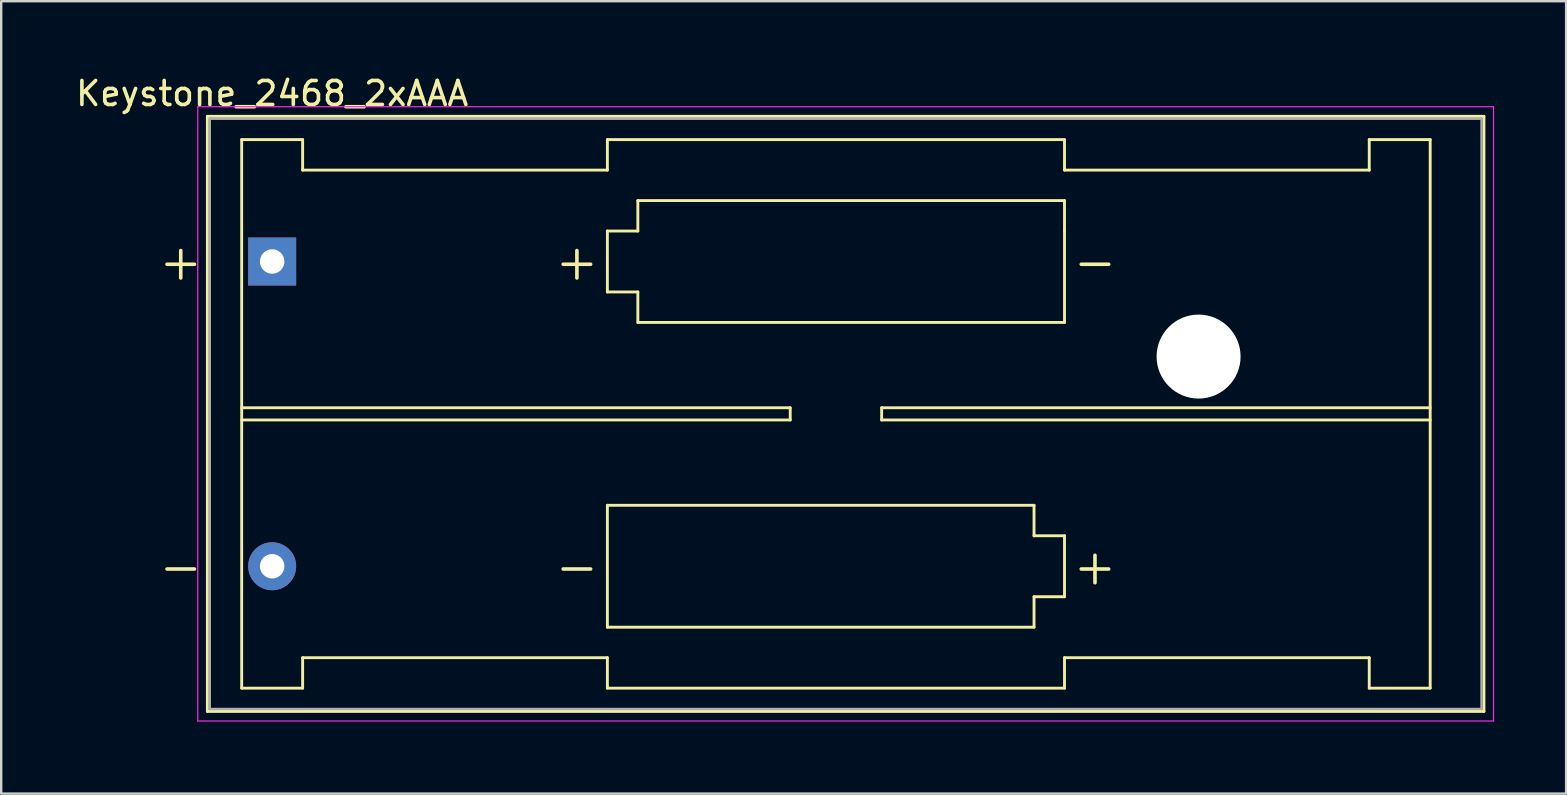
<source format=kicad_pcb>
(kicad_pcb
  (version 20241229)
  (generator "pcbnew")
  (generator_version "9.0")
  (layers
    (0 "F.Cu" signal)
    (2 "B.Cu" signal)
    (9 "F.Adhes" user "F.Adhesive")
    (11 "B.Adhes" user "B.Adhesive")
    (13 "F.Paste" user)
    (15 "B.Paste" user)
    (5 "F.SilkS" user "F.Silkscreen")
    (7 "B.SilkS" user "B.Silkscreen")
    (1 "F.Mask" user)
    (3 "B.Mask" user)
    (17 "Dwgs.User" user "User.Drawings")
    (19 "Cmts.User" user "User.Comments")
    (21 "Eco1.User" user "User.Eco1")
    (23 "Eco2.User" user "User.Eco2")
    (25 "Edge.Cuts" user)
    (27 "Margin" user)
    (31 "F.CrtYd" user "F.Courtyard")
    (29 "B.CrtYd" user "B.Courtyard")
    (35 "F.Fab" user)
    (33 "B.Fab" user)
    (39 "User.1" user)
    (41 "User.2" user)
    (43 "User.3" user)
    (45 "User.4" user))
  (footprint "Keystone_2468_2xAAA"
    (layer "F.Cu")
    (at 8.292 7.848)
    (property "Reference" "Keystone_2468_2xAAA" (at 0 -7 180) (layer "F.SilkS") (effects (font (size 1 1) (thickness 0.15))))
    (attr through_hole)
    (fp_line (start -2.7 -6.05) (end -2.7 18.75) (stroke (width 0.12) (type solid)) (layer "F.SilkS"))
    (fp_line (start -2.7 18.75) (end 50.5 18.75) (stroke (width 0.12) (type solid)) (layer "F.SilkS"))
    (fp_line (start -1.27 -5.08) (end -1.27 17.78) (stroke (width 0.12) (type solid)) (layer "F.SilkS"))
    (fp_line (start -1.27 6.096) (end 21.59 6.096) (stroke (width 0.12) (type solid)) (layer "F.SilkS"))
    (fp_line (start -1.27 17.78) (end 1.27 17.78) (stroke (width 0.12) (type solid)) (layer "F.SilkS"))
    (fp_line (start 1.27 -5.08) (end -1.27 -5.08) (stroke (width 0.12) (type solid)) (layer "F.SilkS"))
    (fp_line (start 1.27 -3.81) (end 1.27 -5.08) (stroke (width 0.12) (type solid)) (layer "F.SilkS"))
    (fp_line (start 1.27 -3.81) (end 13.97 -3.81) (stroke (width 0.12) (type solid)) (layer "F.SilkS"))
    (fp_line (start 1.27 16.51) (end 13.97 16.51) (stroke (width 0.12) (type solid)) (layer "F.SilkS"))
    (fp_line (start 1.27 17.78) (end 1.27 16.51) (stroke (width 0.12) (type solid)) (layer "F.SilkS"))
    (fp_line (start 13.97 -5.08) (end 13.97 -3.81) (stroke (width 0.12) (type solid)) (layer "F.SilkS"))
    (fp_line (start 13.97 -1.27) (end 15.24 -1.27) (stroke (width 0.12) (type solid)) (layer "F.SilkS"))
    (fp_line (start 13.97 1.27) (end 13.97 -1.27) (stroke (width 0.12) (type solid)) (layer "F.SilkS"))
    (fp_line (start 13.97 10.16) (end 31.75 10.16) (stroke (width 0.12) (type solid)) (layer "F.SilkS"))
    (fp_line (start 13.97 15.24) (end 13.97 10.16) (stroke (width 0.12) (type solid)) (layer "F.SilkS"))
    (fp_line (start 13.97 16.51) (end 13.97 17.78) (stroke (width 0.12) (type solid)) (layer "F.SilkS"))
    (fp_line (start 13.97 17.78) (end 33.02 17.78) (stroke (width 0.12) (type solid)) (layer "F.SilkS"))
    (fp_line (start 15.24 -2.54) (end 33.02 -2.54) (stroke (width 0.12) (type solid)) (layer "F.SilkS"))
    (fp_line (start 15.24 -1.27) (end 15.24 -2.54) (stroke (width 0.12) (type solid)) (layer "F.SilkS"))
    (fp_line (start 15.24 1.27) (end 13.97 1.27) (stroke (width 0.12) (type solid)) (layer "F.SilkS"))
    (fp_line (start 15.24 2.54) (end 15.24 1.27) (stroke (width 0.12) (type solid)) (layer "F.SilkS"))
    (fp_line (start 21.59 6.096) (end 21.59 6.604) (stroke (width 0.12) (type solid)) (layer "F.SilkS"))
    (fp_line (start 21.59 6.604) (end -1.27 6.604) (stroke (width 0.12) (type solid)) (layer "F.SilkS"))
    (fp_line (start 25.4 6.096) (end 25.4 6.604) (stroke (width 0.12) (type solid)) (layer "F.SilkS"))
    (fp_line (start 25.4 6.604) (end 48.26 6.604) (stroke (width 0.12) (type solid)) (layer "F.SilkS"))
    (fp_line (start 31.75 10.16) (end 31.75 11.43) (stroke (width 0.12) (type solid)) (layer "F.SilkS"))
    (fp_line (start 31.75 11.43) (end 33.02 11.43) (stroke (width 0.12) (type solid)) (layer "F.SilkS"))
    (fp_line (start 31.75 13.97) (end 31.75 15.24) (stroke (width 0.12) (type solid)) (layer "F.SilkS"))
    (fp_line (start 31.75 15.24) (end 13.97 15.24) (stroke (width 0.12) (type solid)) (layer "F.SilkS"))
    (fp_line (start 33.02 -5.08) (end 13.97 -5.08) (stroke (width 0.12) (type solid)) (layer "F.SilkS"))
    (fp_line (start 33.02 -3.81) (end 33.02 -5.08) (stroke (width 0.12) (type solid)) (layer "F.SilkS"))
    (fp_line (start 33.02 -2.54) (end 33.02 -1.27) (stroke (width 0.12) (type solid)) (layer "F.SilkS"))
    (fp_line (start 33.02 -1.27) (end 33.02 2.54) (stroke (width 0.12) (type solid)) (layer "F.SilkS"))
    (fp_line (start 33.02 2.54) (end 15.24 2.54) (stroke (width 0.12) (type solid)) (layer "F.SilkS"))
    (fp_line (start 33.02 11.43) (end 33.02 13.97) (stroke (width 0.12) (type solid)) (layer "F.SilkS"))
    (fp_line (start 33.02 13.97) (end 31.75 13.97) (stroke (width 0.12) (type solid)) (layer "F.SilkS"))
    (fp_line (start 33.02 17.78) (end 33.02 16.51) (stroke (width 0.12) (type solid)) (layer "F.SilkS"))
    (fp_line (start 45.72 -5.08) (end 45.72 -3.81) (stroke (width 0.12) (type solid)) (layer "F.SilkS"))
    (fp_line (start 45.72 -3.81) (end 33.02 -3.81) (stroke (width 0.12) (type solid)) (layer "F.SilkS"))
    (fp_line (start 45.72 16.51) (end 33.02 16.51) (stroke (width 0.12) (type solid)) (layer "F.SilkS"))
    (fp_line (start 45.72 17.78) (end 45.72 16.51) (stroke (width 0.12) (type solid)) (layer "F.SilkS"))
    (fp_line (start 48.26 -5.08) (end 45.72 -5.08) (stroke (width 0.12) (type solid)) (layer "F.SilkS"))
    (fp_line (start 48.26 -5.08) (end 48.26 17.78) (stroke (width 0.12) (type solid)) (layer "F.SilkS"))
    (fp_line (start 48.26 6.096) (end 25.4 6.096) (stroke (width 0.12) (type solid)) (layer "F.SilkS"))
    (fp_line (start 48.26 17.78) (end 45.72 17.78) (stroke (width 0.12) (type solid)) (layer "F.SilkS"))
    (fp_line (start 50.5 -6.05) (end -2.7 -6.05) (stroke (width 0.12) (type solid)) (layer "F.SilkS"))
    (fp_line (start 50.5 18.75) (end 50.5 -6.05) (stroke (width 0.12) (type solid)) (layer "F.SilkS"))
    (fp_line (start -3.1 -6.45) (end -3.1 19.15) (stroke (width 0.05) (type solid)) (layer "F.CrtYd"))
    (fp_line (start -3.1 19.15) (end 50.9 19.15) (stroke (width 0.05) (type solid)) (layer "F.CrtYd"))
    (fp_line (start 50.9 -6.45) (end -3.1 -6.45) (stroke (width 0.05) (type solid)) (layer "F.CrtYd"))
    (fp_line (start 50.9 19.15) (end 50.9 -6.45) (stroke (width 0.05) (type solid)) (layer "F.CrtYd"))
    (fp_line (start -2.6 -5.95) (end 50.4 -5.95) (stroke (width 0.1) (type solid)) (layer "F.Fab"))
    (fp_line (start -2.6 6.35) (end -2.6 -5.95) (stroke (width 0.1) (type solid)) (layer "F.Fab"))
    (fp_line (start -2.6 18.65) (end -2.6 6.35) (stroke (width 0.1) (type solid)) (layer "F.Fab"))
    (fp_line (start -2.6 18.65) (end 50.4 18.65) (stroke (width 0.1) (type solid)) (layer "F.Fab"))
    (fp_line (start 50.4 18.65) (end 50.4 -5.95) (stroke (width 0.1) (type solid)) (layer "F.Fab"))
    (fp_text user "-" (at -3.81 12.7 0) (layer "F.SilkS") (effects (font (size 1.5 1.5) (thickness 0.15))))
    (fp_text user "-" (at 34.29 0 0) (layer "F.SilkS") (effects (font (size 1.5 1.5) (thickness 0.15))))
    (fp_text user "-" (at 12.7 12.7 0) (layer "F.SilkS") (effects (font (size 1.5 1.5) (thickness 0.15))))
    (fp_text user "+" (at -3.81 0 0) (layer "F.SilkS") (effects (font (size 1.5 1.5) (thickness 0.15))))
    (fp_text user "+" (at 12.7 0 0) (layer "F.SilkS") (effects (font (size 1.5 1.5) (thickness 0.15))))
    (fp_text user "+" (at 34.29 12.7 0) (layer "F.SilkS") (effects (font (size 1.5 1.5) (thickness 0.15))))
    (pad "" np_thru_hole circle (at 38.608 3.962) (size 3.5 3.5) (drill 3.5) (layers "*.Cu" "*.Mask"))
    (pad "1" thru_hole rect (at 0 0) (size 2 2) (drill 1.02) (layers "*.Cu" "*.Mask"))
    (pad "2" thru_hole circle (at 0 12.7) (size 2 2) (drill 1.02) (layers "*.Cu" "*.Mask")))
  (gr_rect
    (start -3 -3)
    (end 62.217 30.023)
    (stroke (width 0.1) (type default))
    (fill no)
    (layer "Edge.Cuts")))
</source>
